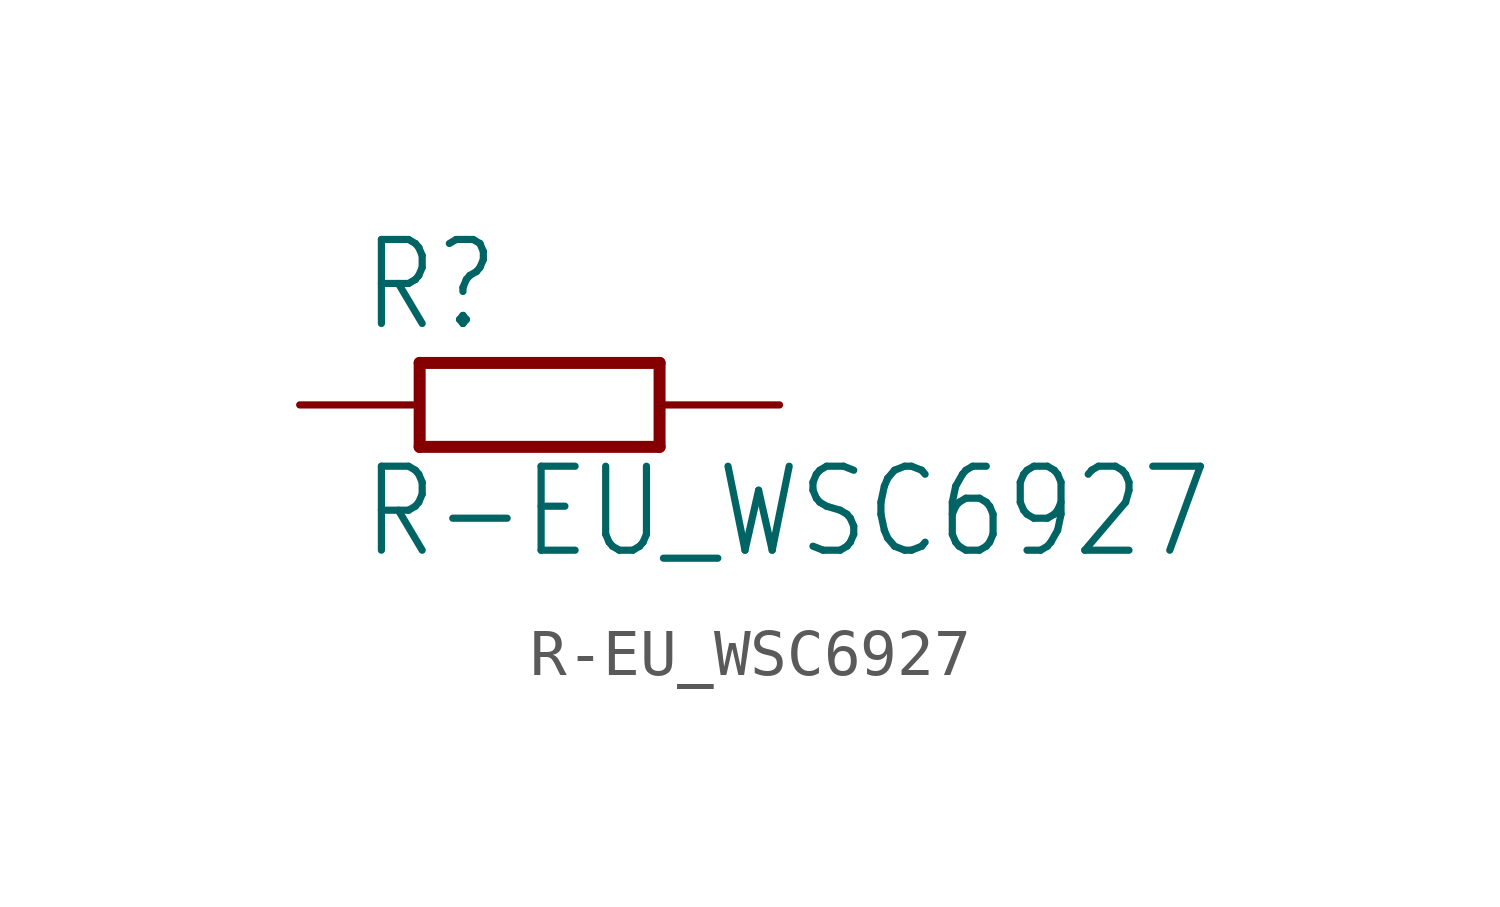
<source format=kicad_sym>
(kicad_symbol_lib
  (version 20211014)
  (generator kicad_symbol_editor)
  (symbol "R-EU_WSC6927"
    (property "Reference" "R"
      (at -3.81 1.499 0)
      (effects (font (size 1.778 1.511)) (justify left bottom)))
    (property "Value" "R-EU_WSC6927"
      (at -3.81 -3.302 0)
      (effects (font (size 1.778 1.511)) (justify left bottom)))
    (property "ki_locked" ""
      (at 0 0 0)
      (effects (font (size 1.27 1.27))))
    (symbol "R-EU_WSC6927_1_0"
      (polyline (pts (xy -2.54 -0.889) (xy -2.54 0.889)) (stroke (width 0.254) (type default) (color 0 0 0 0)) (fill (type none)))
      (polyline (pts (xy -2.54 -0.889) (xy 2.54 -0.889)) (stroke (width 0.254) (type default) (color 0 0 0 0)) (fill (type none)))
      (polyline (pts (xy 2.54 -0.889) (xy 2.54 0.889)) (stroke (width 0.254) (type default) (color 0 0 0 0)) (fill (type none)))
      (polyline (pts (xy 2.54 0.889) (xy -2.54 0.889)) (stroke (width 0.254) (type default) (color 0 0 0 0)) (fill (type none)))
      (pin passive line (at -5.08 0 0) (length 2.54) (name "1" (effects (font (size 0 0)))) (number "1" (effects (font (size 0 0)))))
      (pin passive line (at 5.08 0 180) (length 2.54) (name "2" (effects (font (size 0 0)))) (number "2" (effects (font (size 0 0))))))))
</source>
